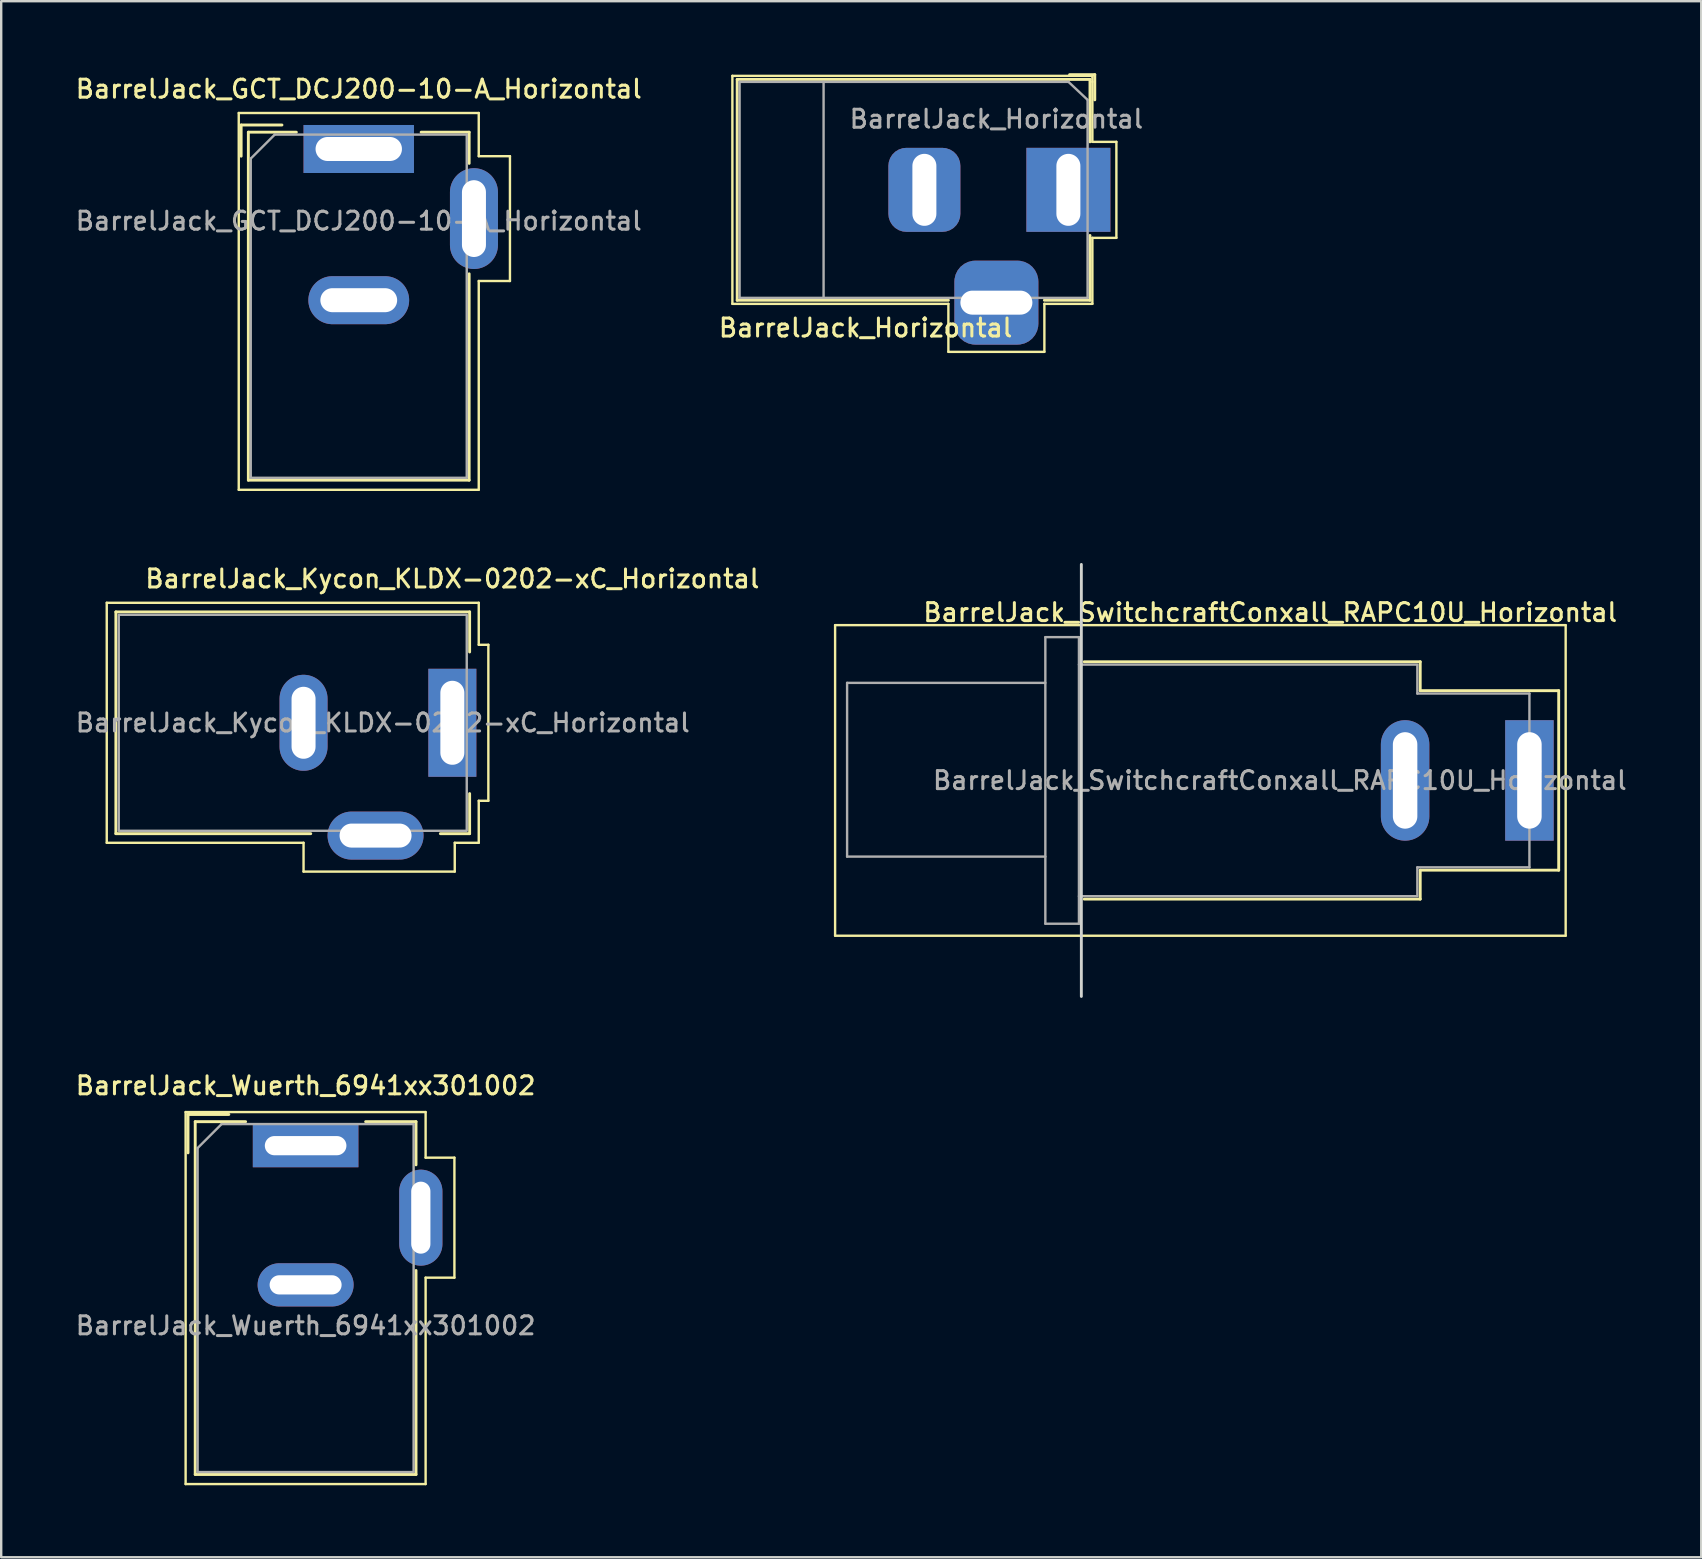
<source format=kicad_pcb>
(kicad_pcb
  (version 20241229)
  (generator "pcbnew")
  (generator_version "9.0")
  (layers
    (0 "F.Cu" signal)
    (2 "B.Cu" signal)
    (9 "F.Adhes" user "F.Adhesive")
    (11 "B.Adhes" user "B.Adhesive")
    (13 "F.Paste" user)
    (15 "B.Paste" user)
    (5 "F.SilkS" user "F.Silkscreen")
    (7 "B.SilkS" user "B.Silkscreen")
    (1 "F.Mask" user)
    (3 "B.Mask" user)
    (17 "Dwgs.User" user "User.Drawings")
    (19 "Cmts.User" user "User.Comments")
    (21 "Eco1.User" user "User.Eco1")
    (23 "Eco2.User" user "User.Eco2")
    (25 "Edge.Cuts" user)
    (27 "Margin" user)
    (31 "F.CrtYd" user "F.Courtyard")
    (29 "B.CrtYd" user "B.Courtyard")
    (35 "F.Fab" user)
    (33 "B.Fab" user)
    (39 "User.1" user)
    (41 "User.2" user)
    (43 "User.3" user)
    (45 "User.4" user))
  (footprint "BarrelJack_SwitchcraftConxall_RAPC10U_Horizontal"
    (layer "F.Cu")
    (at 60.676 29.468)
    (property "Reference" "BarrelJack_SwitchcraftConxall_RAPC10U_Horizontal" (at -10.8 -7 0) (layer "F.SilkS") (effects (font (size 0.75 0.75) (thickness 0.125))))
    (attr through_hole)
    (fp_line (start -28.93 -6.47) (end 1.51 -6.47) (stroke (width 0.1) (type solid)) (layer "F.SilkS"))
    (fp_line (start -28.93 6.47) (end -28.93 -6.47) (stroke (width 0.1) (type solid)) (layer "F.SilkS"))
    (fp_line (start -18.55 4.945) (end -4.55 4.945) (stroke (width 0.12) (type solid)) (layer "F.SilkS"))
    (fp_line (start -4.55 -4.945) (end -18.55 -4.945) (stroke (width 0.12) (type solid)) (layer "F.SilkS"))
    (fp_line (start -4.55 -3.74) (end -4.55 -4.945) (stroke (width 0.12) (type solid)) (layer "F.SilkS"))
    (fp_line (start -4.55 3.74) (end 1.22 3.74) (stroke (width 0.12) (type solid)) (layer "F.SilkS"))
    (fp_line (start -4.55 4.945) (end -4.55 3.74) (stroke (width 0.12) (type solid)) (layer "F.SilkS"))
    (fp_line (start 1.22 -3.74) (end -4.55 -3.74) (stroke (width 0.12) (type solid)) (layer "F.SilkS"))
    (fp_line (start 1.22 3.74) (end 1.22 -3.74) (stroke (width 0.12) (type solid)) (layer "F.SilkS"))
    (fp_line (start 1.51 -6.47) (end 1.51 6.47) (stroke (width 0.1) (type solid)) (layer "F.SilkS"))
    (fp_line (start 1.51 6.47) (end -28.93 6.47) (stroke (width 0.1) (type solid)) (layer "F.SilkS"))
    (fp_line (start -18.67 -9) (end -18.67 9) (stroke (width 0.12) (type solid)) (layer "Edge.Cuts"))
    (fp_line (start -28.43 -4.065) (end -28.43 3.175) (stroke (width 0.1) (type solid)) (layer "F.Fab"))
    (fp_line (start -28.43 3.175) (end -20.17 3.175) (stroke (width 0.1) (type solid)) (layer "F.Fab"))
    (fp_line (start -20.17 -5.97) (end -20.17 5.97) (stroke (width 0.1) (type solid)) (layer "F.Fab"))
    (fp_line (start -20.17 -5.97) (end -18.77 -5.97) (stroke (width 0.1) (type solid)) (layer "F.Fab"))
    (fp_line (start -20.17 -4.065) (end -28.43 -4.065) (stroke (width 0.1) (type solid)) (layer "F.Fab"))
    (fp_line (start -20.17 5.97) (end -18.77 5.97) (stroke (width 0.1) (type solid)) (layer "F.Fab"))
    (fp_line (start -18.77 -5.97) (end -18.77 5.97) (stroke (width 0.1) (type solid)) (layer "F.Fab"))
    (fp_line (start -18.77 -4.825) (end -4.67 -4.825) (stroke (width 0.1) (type solid)) (layer "F.Fab"))
    (fp_line (start -18.77 4.825) (end -4.67 4.825) (stroke (width 0.1) (type solid)) (layer "F.Fab"))
    (fp_line (start -4.67 -3.62) (end -4.67 -4.8) (stroke (width 0.1) (type solid)) (layer "F.Fab"))
    (fp_line (start -4.67 3.62) (end 0 3.62) (stroke (width 0.1) (type solid)) (layer "F.Fab"))
    (fp_line (start -4.67 4.8) (end -4.67 3.62) (stroke (width 0.1) (type solid)) (layer "F.Fab"))
    (fp_line (start 0 -3.62) (end -4.67 -3.62) (stroke (width 0.1) (type solid)) (layer "F.Fab"))
    (fp_line (start 0 3.62) (end 0 -3.62) (stroke (width 0.1) (type solid)) (layer "F.Fab"))
    (fp_text user "${REFERENCE}" (at -10.4 0 0) (layer "F.Fab") (effects (font (size 0.75 0.75) (thickness 0.125))))
    (pad "1" thru_hole rect (at 0 0) (size 2.02 5.02) (drill oval 1.02 4.02) (layers "*.Cu" "*.Mask"))
    (pad "2" thru_hole oval (at -5.18 0) (size 2.02 5.02) (drill oval 1.02 4.02) (layers "*.Cu" "*.Mask")))
  (footprint "BarrelJack_GCT_DCJ200-10-A_Horizontal"
    (layer "F.Cu")
    (at 11.898 3.158)
    (property "Reference" "BarrelJack_GCT_DCJ200-10-A_Horizontal" (at 0 -2.5 0) (layer "F.SilkS") (effects (font (size 0.75 0.75) (thickness 0.125))))
    (attr through_hole)
    (fp_line (start -5 -1.5) (end -5 14.2) (stroke (width 0.1) (type solid)) (layer "F.SilkS"))
    (fp_line (start -5 14.2) (end 5 14.2) (stroke (width 0.1) (type solid)) (layer "F.SilkS"))
    (fp_line (start -4.9 -1) (end -4.9 0.3) (stroke (width 0.12) (type solid)) (layer "F.SilkS"))
    (fp_line (start -4.6 -0.7) (end -2.6 -0.7) (stroke (width 0.12) (type solid)) (layer "F.SilkS"))
    (fp_line (start -4.6 13.8) (end -4.6 -0.7) (stroke (width 0.12) (type solid)) (layer "F.SilkS"))
    (fp_line (start -3.2 -1) (end -4.9 -1) (stroke (width 0.12) (type solid)) (layer "F.SilkS"))
    (fp_line (start 2.6 -0.7) (end 4.6 -0.7) (stroke (width 0.12) (type solid)) (layer "F.SilkS"))
    (fp_line (start 4.6 -0.7) (end 4.6 0.6) (stroke (width 0.12) (type solid)) (layer "F.SilkS"))
    (fp_line (start 4.6 5.2) (end 4.6 13.8) (stroke (width 0.12) (type solid)) (layer "F.SilkS"))
    (fp_line (start 4.6 13.8) (end -4.6 13.8) (stroke (width 0.12) (type solid)) (layer "F.SilkS"))
    (fp_line (start 5 -1.5) (end -5 -1.5) (stroke (width 0.1) (type solid)) (layer "F.SilkS"))
    (fp_line (start 5 0.3) (end 5 -1.5) (stroke (width 0.1) (type solid)) (layer "F.SilkS"))
    (fp_line (start 5 14.2) (end 5 5.5) (stroke (width 0.1) (type solid)) (layer "F.SilkS"))
    (fp_line (start 6.3 0.3) (end 5 0.3) (stroke (width 0.1) (type solid)) (layer "F.SilkS"))
    (fp_line (start 6.3 0.3) (end 6.3 5.5) (stroke (width 0.1) (type solid)) (layer "F.SilkS"))
    (fp_line (start 6.3 5.5) (end 5 5.5) (stroke (width 0.1) (type solid)) (layer "F.SilkS"))
    (fp_line (start -4.5 0.4) (end -3.5 -0.6) (stroke (width 0.1) (type solid)) (layer "F.Fab"))
    (fp_line (start -4.5 13.7) (end -4.5 0.4) (stroke (width 0.1) (type solid)) (layer "F.Fab"))
    (fp_line (start 4.5 -0.6) (end -3.5 -0.6) (stroke (width 0.1) (type solid)) (layer "F.Fab"))
    (fp_line (start 4.5 -0.6) (end 4.5 13.7) (stroke (width 0.1) (type solid)) (layer "F.Fab"))
    (fp_line (start 4.5 13.7) (end -4.5 13.7) (stroke (width 0.1) (type solid)) (layer "F.Fab"))
    (fp_text user "${REFERENCE}" (at 0 3 0) (layer "F.Fab") (effects (font (size 0.75 0.75) (thickness 0.125))))
    (pad "1" thru_hole rect (at 0 0) (size 4.6 2) (drill oval 3.6 1) (layers "*.Cu" "*.Mask"))
    (pad "2" thru_hole oval (at 0 6.3) (size 4.2 2) (drill oval 3.2 1) (layers "*.Cu" "*.Mask"))
    (pad "3" thru_hole oval (at 4.8 2.9) (size 2 4.2) (drill oval 1 3.2) (layers "*.Cu" "*.Mask")))
  (footprint "BarrelJack_Kycon_KLDX-0202-xC_Horizontal"
    (layer "F.Cu")
    (at 15.798 27.066)
    (property "Reference" "BarrelJack_Kycon_KLDX-0202-xC_Horizontal" (at 0 -6 0) (unlocked yes) (layer "F.SilkS") (effects (font (size 0.75 0.75) (thickness 0.125))))
    (attr through_hole)
    (fp_line (start -14.4 -5) (end 1.1 -5) (stroke (width 0.1) (type solid)) (layer "F.SilkS"))
    (fp_line (start -14.4 5) (end -14.4 -5) (stroke (width 0.1) (type solid)) (layer "F.SilkS"))
    (fp_line (start -14.02 -4.62) (end -14.02 4.62) (stroke (width 0.12) (type solid)) (layer "F.SilkS"))
    (fp_line (start -14.02 4.62) (end -5.9 4.62) (stroke (width 0.12) (type solid)) (layer "F.SilkS"))
    (fp_line (start -6.2 5) (end -14.4 5) (stroke (width 0.1) (type solid)) (layer "F.SilkS"))
    (fp_line (start -6.2 6.2) (end -6.2 5) (stroke (width 0.1) (type solid)) (layer "F.SilkS"))
    (fp_line (start -0.5 4.62) (end 0.72 4.62) (stroke (width 0.12) (type solid)) (layer "F.SilkS"))
    (fp_line (start 0.1 5) (end 0.1 6.2) (stroke (width 0.1) (type solid)) (layer "F.SilkS"))
    (fp_line (start 0.1 6.2) (end -6.2 6.2) (stroke (width 0.1) (type solid)) (layer "F.SilkS"))
    (fp_line (start 0.72 -4.62) (end -14.02 -4.62) (stroke (width 0.12) (type solid)) (layer "F.SilkS"))
    (fp_line (start 0.72 -2.95) (end 0.72 -4.62) (stroke (width 0.12) (type solid)) (layer "F.SilkS"))
    (fp_line (start 0.72 4.62) (end 0.72 2.95) (stroke (width 0.12) (type solid)) (layer "F.SilkS"))
    (fp_line (start 1.1 -5) (end 1.1 -3.25) (stroke (width 0.1) (type solid)) (layer "F.SilkS"))
    (fp_line (start 1.1 -3.25) (end 1.5 -3.25) (stroke (width 0.1) (type solid)) (layer "F.SilkS"))
    (fp_line (start 1.1 3.25) (end 1.1 5) (stroke (width 0.1) (type solid)) (layer "F.SilkS"))
    (fp_line (start 1.1 5) (end 0.1 5) (stroke (width 0.1) (type solid)) (layer "F.SilkS"))
    (fp_line (start 1.5 -3.25) (end 1.5 3.25) (stroke (width 0.1) (type solid)) (layer "F.SilkS"))
    (fp_line (start 1.5 3.25) (end 1.1 3.25) (stroke (width 0.1) (type solid)) (layer "F.SilkS"))
    (fp_rect (start -13.9 -4.5) (end 0.6 4.5) (stroke (width 0.1) (type solid)) (fill no) (layer "F.Fab"))
    (fp_text user "${REFERENCE}" (at -2.9 0 0) (unlocked yes) (layer "F.Fab") (effects (font (size 0.75 0.75) (thickness 0.125))))
    (pad "1" thru_hole rect (at 0 0) (size 2 4.5) (drill oval 1 3.5) (layers "*.Cu" "*.Mask"))
    (pad "2" thru_hole oval (at -6.2 0) (size 2 4) (drill oval 1 3) (layers "*.Cu" "*.Mask"))
    (pad "3" thru_hole oval (at -3.2 4.7 90) (size 2 4) (drill oval 1 3) (layers "*.Cu" "*.Mask")))
  (footprint "BarrelJack_Wuerth_6941xx301002"
    (layer "F.Cu")
    (at 9.684 44.686)
    (property "Reference" "BarrelJack_Wuerth_6941xx301002" (at 0 -2.5 0) (layer "F.SilkS") (effects (font (size 0.75 0.75) (thickness 0.125))))
    (attr through_hole)
    (fp_line (start -5 -1.4) (end -5 14.1) (stroke (width 0.1) (type solid)) (layer "F.SilkS"))
    (fp_line (start -5 14.1) (end 5 14.1) (stroke (width 0.1) (type solid)) (layer "F.SilkS"))
    (fp_line (start -4.9 -1.3) (end -4.9 0.3) (stroke (width 0.12) (type solid)) (layer "F.SilkS"))
    (fp_line (start -4.6 -1) (end -2.5 -1) (stroke (width 0.12) (type solid)) (layer "F.SilkS"))
    (fp_line (start -4.6 13.7) (end -4.6 -1) (stroke (width 0.12) (type solid)) (layer "F.SilkS"))
    (fp_line (start -3.2 -1.3) (end -4.9 -1.3) (stroke (width 0.12) (type solid)) (layer "F.SilkS"))
    (fp_line (start 2.5 -1) (end 4.6 -1) (stroke (width 0.12) (type solid)) (layer "F.SilkS"))
    (fp_line (start 4.6 -1) (end 4.6 0.8) (stroke (width 0.12) (type solid)) (layer "F.SilkS"))
    (fp_line (start 4.6 5.2) (end 4.6 13.7) (stroke (width 0.12) (type solid)) (layer "F.SilkS"))
    (fp_line (start 4.6 13.7) (end -4.6 13.7) (stroke (width 0.12) (type solid)) (layer "F.SilkS"))
    (fp_line (start 5 -1.4) (end -5 -1.4) (stroke (width 0.1) (type solid)) (layer "F.SilkS"))
    (fp_line (start 5 0.5) (end 5 -1.4) (stroke (width 0.1) (type solid)) (layer "F.SilkS"))
    (fp_line (start 5 14.1) (end 5 5.5) (stroke (width 0.1) (type solid)) (layer "F.SilkS"))
    (fp_line (start 6.2 0.5) (end 5 0.5) (stroke (width 0.1) (type solid)) (layer "F.SilkS"))
    (fp_line (start 6.2 0.5) (end 6.2 5.5) (stroke (width 0.1) (type solid)) (layer "F.SilkS"))
    (fp_line (start 6.2 5.5) (end 5 5.5) (stroke (width 0.1) (type solid)) (layer "F.SilkS"))
    (fp_line (start -4.5 0.1) (end -3.5 -0.9) (stroke (width 0.1) (type solid)) (layer "F.Fab"))
    (fp_line (start -4.5 13.6) (end -4.5 0.1) (stroke (width 0.1) (type solid)) (layer "F.Fab"))
    (fp_line (start 4.5 -0.9) (end -3.5 -0.9) (stroke (width 0.1) (type solid)) (layer "F.Fab"))
    (fp_line (start 4.5 -0.9) (end 4.5 13.6) (stroke (width 0.1) (type solid)) (layer "F.Fab"))
    (fp_line (start 4.5 13.6) (end -4.5 13.6) (stroke (width 0.1) (type solid)) (layer "F.Fab"))
    (fp_text user "${REFERENCE}" (at 0 7.5 0) (layer "F.Fab") (effects (font (size 0.75 0.75) (thickness 0.125))))
    (pad "1" thru_hole rect (at 0 0) (size 4.4 1.8) (drill oval 3.4 0.8) (layers "*.Cu" "*.Mask"))
    (pad "2" thru_hole oval (at 0 5.8) (size 4 1.8) (drill oval 3 0.8) (layers "*.Cu" "*.Mask"))
    (pad "3" thru_hole oval (at 4.8 3 90) (size 4 1.8) (drill oval 3 0.8) (layers "*.Cu" "*.Mask")))
  (footprint "BarrelJack_Horizontal"
    (layer "F.Cu")
    (at 41.466 4.86)
    (property "Reference" "BarrelJack_Horizontal" (at -8.45 5.75 0) (layer "F.SilkS") (effects (font (size 0.75 0.75) (thickness 0.125))))
    (attr through_hole)
    (fp_line (start -14 4.75) (end -14 -4.75) (stroke (width 0.1) (type solid)) (layer "F.SilkS"))
    (fp_line (start -13.8 -4.6) (end 0.9 -4.6) (stroke (width 0.12) (type solid)) (layer "F.SilkS"))
    (fp_line (start -13.8 4.6) (end -13.8 -4.6) (stroke (width 0.12) (type solid)) (layer "F.SilkS"))
    (fp_line (start -5 4.6) (end -13.8 4.6) (stroke (width 0.12) (type solid)) (layer "F.SilkS"))
    (fp_line (start -5 4.75) (end -14 4.75) (stroke (width 0.1) (type solid)) (layer "F.SilkS"))
    (fp_line (start -5 6.75) (end -5 4.75) (stroke (width 0.1) (type solid)) (layer "F.SilkS"))
    (fp_line (start -1 4.75) (end -1 6.75) (stroke (width 0.1) (type solid)) (layer "F.SilkS"))
    (fp_line (start -1 6.75) (end -5 6.75) (stroke (width 0.1) (type solid)) (layer "F.SilkS"))
    (fp_line (start 0.05 -4.8) (end 1.1 -4.8) (stroke (width 0.12) (type solid)) (layer "F.SilkS"))
    (fp_line (start 0.9 -4.6) (end 0.9 -2) (stroke (width 0.12) (type solid)) (layer "F.SilkS"))
    (fp_line (start 0.9 1.9) (end 0.9 4.6) (stroke (width 0.12) (type solid)) (layer "F.SilkS"))
    (fp_line (start 0.9 4.6) (end -1 4.6) (stroke (width 0.12) (type solid)) (layer "F.SilkS"))
    (fp_line (start 1 -4.75) (end -14 -4.75) (stroke (width 0.1) (type solid)) (layer "F.SilkS"))
    (fp_line (start 1 -4.5) (end 1 -4.75) (stroke (width 0.1) (type solid)) (layer "F.SilkS"))
    (fp_line (start 1 -4.5) (end 1 -2) (stroke (width 0.1) (type solid)) (layer "F.SilkS"))
    (fp_line (start 1 -2) (end 2 -2) (stroke (width 0.1) (type solid)) (layer "F.SilkS"))
    (fp_line (start 1 2) (end 1 4.75) (stroke (width 0.1) (type solid)) (layer "F.SilkS"))
    (fp_line (start 1 4.75) (end -1 4.75) (stroke (width 0.1) (type solid)) (layer "F.SilkS"))
    (fp_line (start 1.1 -3.75) (end 1.1 -4.8) (stroke (width 0.12) (type solid)) (layer "F.SilkS"))
    (fp_line (start 2 -2) (end 2 2) (stroke (width 0.1) (type solid)) (layer "F.SilkS"))
    (fp_line (start 2 2) (end 1 2) (stroke (width 0.1) (type solid)) (layer "F.SilkS"))
    (fp_line (start -13.7 -4.5) (end -13.7 4.5) (stroke (width 0.1) (type solid)) (layer "F.Fab"))
    (fp_line (start -13.7 4.5) (end 0.8 4.5) (stroke (width 0.1) (type solid)) (layer "F.Fab"))
    (fp_line (start -10.2 -4.5) (end -10.2 4.5) (stroke (width 0.1) (type solid)) (layer "F.Fab"))
    (fp_line (start -0.003 -4.505) (end 0.8 -3.75) (stroke (width 0.1) (type solid)) (layer "F.Fab"))
    (fp_line (start 0 -4.5) (end -13.7 -4.5) (stroke (width 0.1) (type solid)) (layer "F.Fab"))
    (fp_line (start 0.8 4.5) (end 0.8 -3.75) (stroke (width 0.1) (type solid)) (layer "F.Fab"))
    (fp_text user "${REFERENCE}" (at -3 -2.95 0) (layer "F.Fab") (effects (font (size 0.75 0.75) (thickness 0.125))))
    (pad "1" thru_hole rect (at 0 0) (size 3.5 3.5) (drill oval 1 3) (layers "*.Cu" "*.Mask"))
    (pad "2" thru_hole roundrect (at -6 0) (size 3 3.5) (drill oval 1 3) (layers "*.Cu" "*.Mask") (roundrect_rratio 0.25))
    (pad "3" thru_hole roundrect (at -3 4.7) (size 3.5 3.5) (drill oval 3 1) (layers "*.Cu" "*.Mask") (roundrect_rratio 0.25)))
  (gr_rect
    (start -3 -3)
    (end 67.835 61.836)
    (stroke (width 0.1) (type default))
    (fill no)
    (layer "Edge.Cuts")))
</source>
